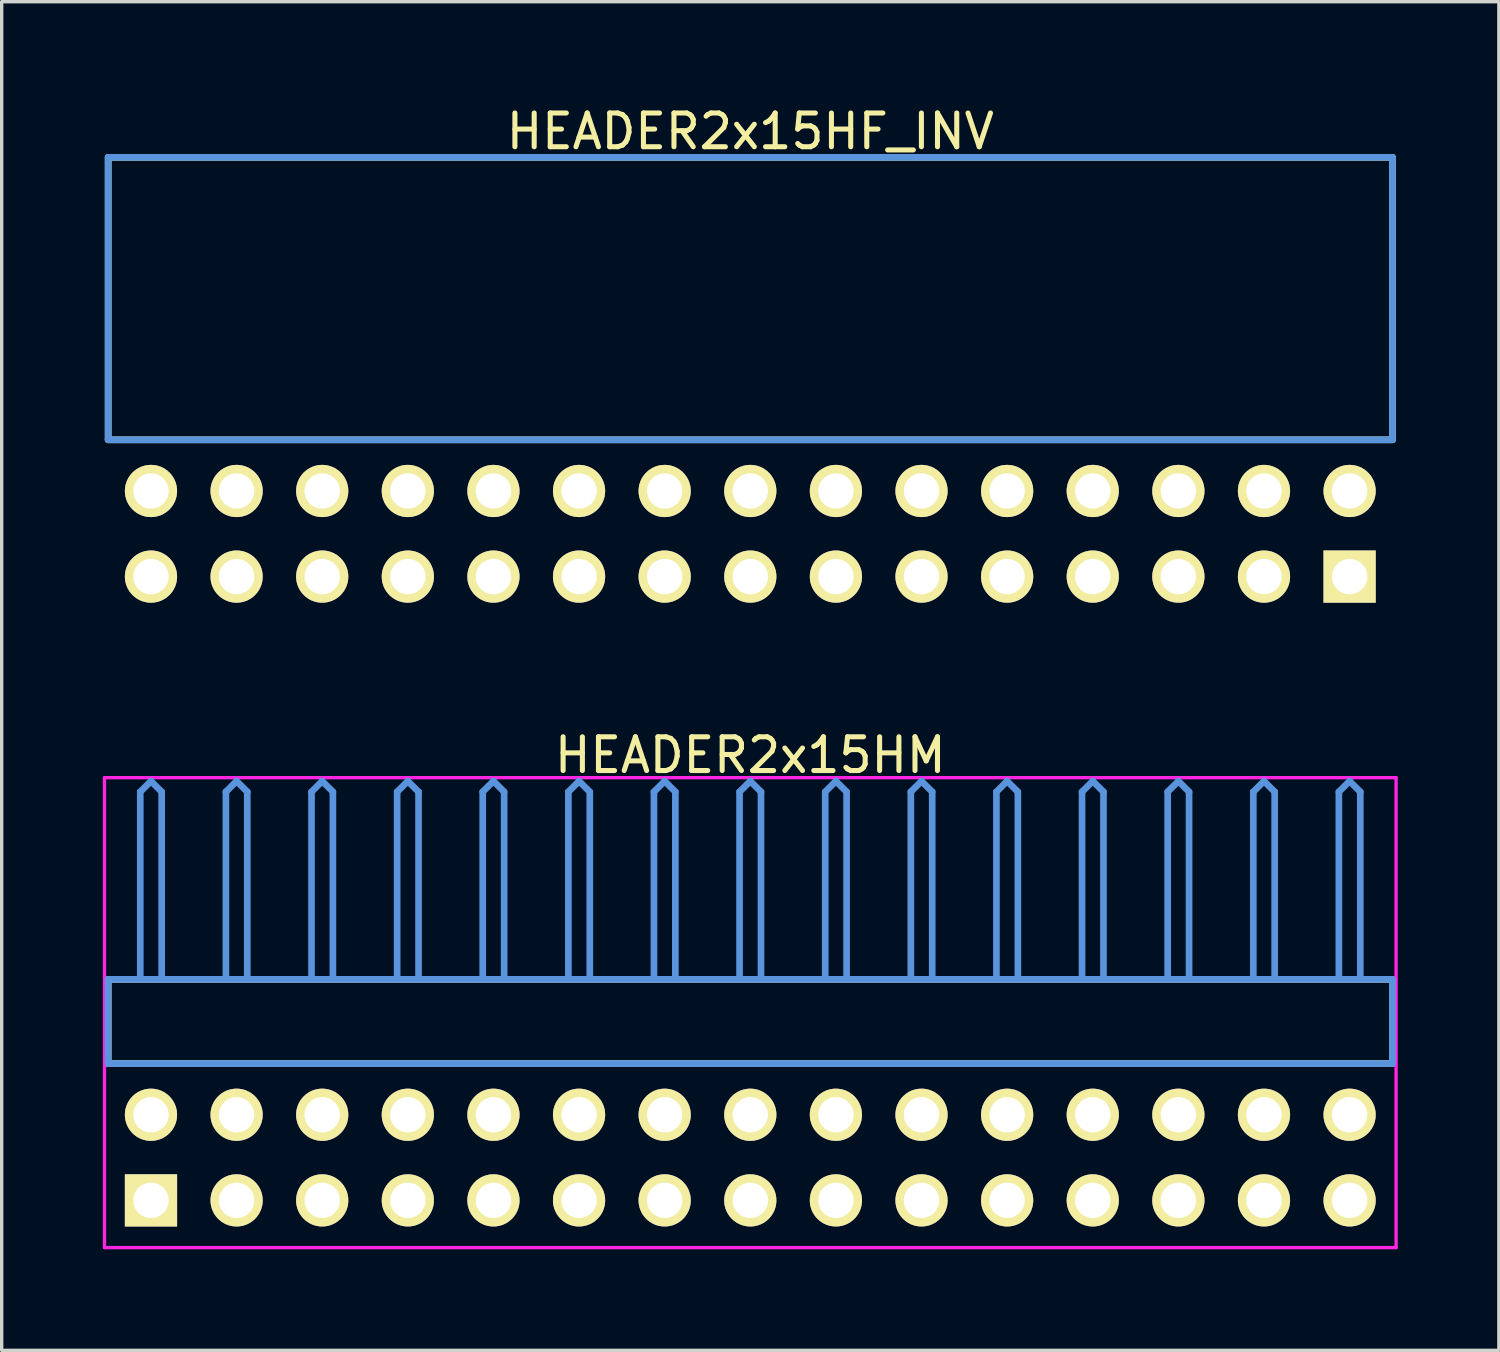
<source format=kicad_pcb>
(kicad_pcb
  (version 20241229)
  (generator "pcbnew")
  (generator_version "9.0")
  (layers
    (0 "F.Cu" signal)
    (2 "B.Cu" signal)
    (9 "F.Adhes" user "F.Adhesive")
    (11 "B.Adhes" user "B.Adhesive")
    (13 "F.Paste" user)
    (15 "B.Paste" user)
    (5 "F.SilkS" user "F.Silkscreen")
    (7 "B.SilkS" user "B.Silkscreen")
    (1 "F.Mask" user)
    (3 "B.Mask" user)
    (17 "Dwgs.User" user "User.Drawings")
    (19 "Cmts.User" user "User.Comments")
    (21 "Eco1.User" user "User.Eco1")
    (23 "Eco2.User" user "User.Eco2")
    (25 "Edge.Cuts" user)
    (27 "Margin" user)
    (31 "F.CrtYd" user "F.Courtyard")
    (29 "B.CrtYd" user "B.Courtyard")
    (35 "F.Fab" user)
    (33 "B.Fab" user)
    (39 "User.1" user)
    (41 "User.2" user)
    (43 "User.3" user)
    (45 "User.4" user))
  (footprint "HEADER2x15HF_INV"
    (layer "F.Cu")
    (at 1.429 14.056)
    (property "Reference" "HEADER2x15HF_INV" (at 17.78 -13.208 0) (layer "F.SilkS") (effects (font (size 1.001 1.001) (thickness 0.15))))
    (attr through_hole)
    (fp_line (start -1.27 -12.438) (end -1.27 -4.059) (stroke (width 0.198) (type solid)) (layer "F.SilkS"))
    (fp_line (start -1.27 -4.059) (end 36.83 -4.059) (stroke (width 0.198) (type solid)) (layer "F.SilkS"))
    (fp_line (start 36.83 -12.438) (end -1.27 -12.438) (stroke (width 0.198) (type solid)) (layer "F.SilkS"))
    (fp_line (start 36.83 -4.059) (end 36.83 -12.438) (stroke (width 0.198) (type solid)) (layer "F.SilkS"))
    (fp_line (start -1.27 -12.438) (end -1.27 -4.059) (stroke (width 0.198) (type solid)) (layer "Cmts.User"))
    (fp_line (start -1.27 -4.059) (end 36.83 -4.059) (stroke (width 0.198) (type solid)) (layer "Cmts.User"))
    (fp_line (start 36.83 -12.438) (end -1.27 -12.438) (stroke (width 0.198) (type solid)) (layer "Cmts.User"))
    (fp_line (start 36.83 -4.059) (end 36.83 -12.438) (stroke (width 0.198) (type solid)) (layer "Cmts.User"))
    (fp_line (start -1.379 -12.54) (end 36.939 -12.54) (stroke (width 0.099) (type solid)) (layer "Eco1.User"))
    (fp_line (start -1.379 1.4) (end -1.379 -12.54) (stroke (width 0.099) (type solid)) (layer "Eco1.User"))
    (fp_line (start 36.939 -12.54) (end 36.939 1.4) (stroke (width 0.099) (type solid)) (layer "Eco1.User"))
    (fp_line (start 36.939 1.4) (end -1.379 1.4) (stroke (width 0.099) (type solid)) (layer "Eco1.User"))
    (pad "1" thru_hole rect (at 35.56 0) (size 1.549 1.549) (drill 1.049) (layers "*.Cu" "*.Mask" "F.SilkS"))
    (pad "2" thru_hole circle (at 35.56 -2.54) (size 1.549 1.549) (drill 1.049) (layers "*.Cu" "*.Mask" "F.SilkS"))
    (pad "3" thru_hole circle (at 33.02 0) (size 1.549 1.549) (drill 1.049) (layers "*.Cu" "*.Mask" "F.SilkS"))
    (pad "4" thru_hole circle (at 33.02 -2.54) (size 1.549 1.549) (drill 1.049) (layers "*.Cu" "*.Mask" "F.SilkS"))
    (pad "5" thru_hole circle (at 30.48 0) (size 1.549 1.549) (drill 1.049) (layers "*.Cu" "*.Mask" "F.SilkS"))
    (pad "6" thru_hole circle (at 30.48 -2.54) (size 1.549 1.549) (drill 1.049) (layers "*.Cu" "*.Mask" "F.SilkS"))
    (pad "7" thru_hole circle (at 27.94 0) (size 1.549 1.549) (drill 1.049) (layers "*.Cu" "*.Mask" "F.SilkS"))
    (pad "8" thru_hole circle (at 27.94 -2.54) (size 1.549 1.549) (drill 1.049) (layers "*.Cu" "*.Mask" "F.SilkS"))
    (pad "9" thru_hole circle (at 25.4 0) (size 1.549 1.549) (drill 1.049) (layers "*.Cu" "*.Mask" "F.SilkS"))
    (pad "10" thru_hole circle (at 25.4 -2.54) (size 1.549 1.549) (drill 1.049) (layers "*.Cu" "*.Mask" "F.SilkS"))
    (pad "11" thru_hole circle (at 22.86 0) (size 1.549 1.549) (drill 1.049) (layers "*.Cu" "*.Mask" "F.SilkS"))
    (pad "12" thru_hole circle (at 22.86 -2.54) (size 1.549 1.549) (drill 1.049) (layers "*.Cu" "*.Mask" "F.SilkS"))
    (pad "13" thru_hole circle (at 20.32 0) (size 1.549 1.549) (drill 1.049) (layers "*.Cu" "*.Mask" "F.SilkS"))
    (pad "14" thru_hole circle (at 20.32 -2.54) (size 1.549 1.549) (drill 1.049) (layers "*.Cu" "*.Mask" "F.SilkS"))
    (pad "15" thru_hole circle (at 17.78 0) (size 1.549 1.549) (drill 1.049) (layers "*.Cu" "*.Mask" "F.SilkS"))
    (pad "16" thru_hole circle (at 17.78 -2.54) (size 1.549 1.549) (drill 1.049) (layers "*.Cu" "*.Mask" "F.SilkS"))
    (pad "17" thru_hole circle (at 15.24 0) (size 1.549 1.549) (drill 1.049) (layers "*.Cu" "*.Mask" "F.SilkS"))
    (pad "18" thru_hole circle (at 15.24 -2.54) (size 1.549 1.549) (drill 1.049) (layers "*.Cu" "*.Mask" "F.SilkS"))
    (pad "19" thru_hole circle (at 12.7 0) (size 1.549 1.549) (drill 1.049) (layers "*.Cu" "*.Mask" "F.SilkS"))
    (pad "20" thru_hole circle (at 12.7 -2.54) (size 1.549 1.549) (drill 1.049) (layers "*.Cu" "*.Mask" "F.SilkS"))
    (pad "21" thru_hole circle (at 10.16 0) (size 1.549 1.549) (drill 1.049) (layers "*.Cu" "*.Mask" "F.SilkS"))
    (pad "22" thru_hole circle (at 10.16 -2.54) (size 1.549 1.549) (drill 1.049) (layers "*.Cu" "*.Mask" "F.SilkS"))
    (pad "23" thru_hole circle (at 7.62 0) (size 1.549 1.549) (drill 1.049) (layers "*.Cu" "*.Mask" "F.SilkS"))
    (pad "24" thru_hole circle (at 7.62 -2.54) (size 1.549 1.549) (drill 1.049) (layers "*.Cu" "*.Mask" "F.SilkS"))
    (pad "25" thru_hole circle (at 5.08 0) (size 1.549 1.549) (drill 1.049) (layers "*.Cu" "*.Mask" "F.SilkS"))
    (pad "26" thru_hole circle (at 5.08 -2.54) (size 1.549 1.549) (drill 1.049) (layers "*.Cu" "*.Mask" "F.SilkS"))
    (pad "27" thru_hole circle (at 2.54 0) (size 1.549 1.549) (drill 1.049) (layers "*.Cu" "*.Mask" "F.SilkS"))
    (pad "28" thru_hole circle (at 2.54 -2.54) (size 1.549 1.549) (drill 1.049) (layers "*.Cu" "*.Mask" "F.SilkS"))
    (pad "29" thru_hole circle (at 0 0) (size 1.549 1.549) (drill 1.049) (layers "*.Cu" "*.Mask" "F.SilkS"))
    (pad "30" thru_hole circle (at 0 -2.54) (size 1.549 1.549) (drill 1.049) (layers "*.Cu" "*.Mask" "F.SilkS")))
  (footprint "HEADER2x15HM"
    (layer "F.Cu")
    (at 1.429 32.562)
    (property "Reference" "HEADER2x15HM" (at 17.78 -13.208 0) (layer "F.SilkS") (effects (font (size 1.001 1.001) (thickness 0.15))))
    (attr through_hole)
    (fp_line (start -1.27 -6.558) (end -1.27 -4.059) (stroke (width 0.198) (type solid)) (layer "F.SilkS"))
    (fp_line (start -1.27 -4.059) (end 36.83 -4.059) (stroke (width 0.198) (type solid)) (layer "F.SilkS"))
    (fp_line (start 36.83 -6.558) (end -1.27 -6.558) (stroke (width 0.198) (type solid)) (layer "F.SilkS"))
    (fp_line (start 36.83 -4.059) (end 36.83 -6.558) (stroke (width 0.198) (type solid)) (layer "F.SilkS"))
    (fp_line (start -1.27 -6.558) (end -1.27 -4.059) (stroke (width 0.198) (type solid)) (layer "Cmts.User"))
    (fp_line (start -1.27 -4.059) (end 36.83 -4.059) (stroke (width 0.198) (type solid)) (layer "Cmts.User"))
    (fp_line (start -0.318 -12.121) (end 0 -12.438) (stroke (width 0.198) (type solid)) (layer "Cmts.User"))
    (fp_line (start -0.318 -6.599) (end -0.318 -12.121) (stroke (width 0.198) (type solid)) (layer "Cmts.User"))
    (fp_line (start 0.318 -12.121) (end 0 -12.438) (stroke (width 0.198) (type solid)) (layer "Cmts.User"))
    (fp_line (start 0.318 -6.599) (end 0.318 -12.121) (stroke (width 0.198) (type solid)) (layer "Cmts.User"))
    (fp_line (start 2.223 -12.121) (end 2.54 -12.438) (stroke (width 0.198) (type solid)) (layer "Cmts.User"))
    (fp_line (start 2.223 -6.599) (end 2.223 -12.121) (stroke (width 0.198) (type solid)) (layer "Cmts.User"))
    (fp_line (start 2.857 -12.121) (end 2.54 -12.438) (stroke (width 0.198) (type solid)) (layer "Cmts.User"))
    (fp_line (start 2.857 -6.599) (end 2.857 -12.121) (stroke (width 0.198) (type solid)) (layer "Cmts.User"))
    (fp_line (start 4.763 -12.121) (end 5.08 -12.438) (stroke (width 0.198) (type solid)) (layer "Cmts.User"))
    (fp_line (start 4.763 -6.599) (end 4.763 -12.121) (stroke (width 0.198) (type solid)) (layer "Cmts.User"))
    (fp_line (start 5.397 -12.121) (end 5.08 -12.438) (stroke (width 0.198) (type solid)) (layer "Cmts.User"))
    (fp_line (start 5.397 -6.599) (end 5.397 -12.121) (stroke (width 0.198) (type solid)) (layer "Cmts.User"))
    (fp_line (start 7.303 -12.121) (end 7.62 -12.438) (stroke (width 0.198) (type solid)) (layer "Cmts.User"))
    (fp_line (start 7.303 -6.599) (end 7.303 -12.121) (stroke (width 0.198) (type solid)) (layer "Cmts.User"))
    (fp_line (start 7.938 -12.121) (end 7.62 -12.438) (stroke (width 0.198) (type solid)) (layer "Cmts.User"))
    (fp_line (start 7.938 -6.599) (end 7.938 -12.121) (stroke (width 0.198) (type solid)) (layer "Cmts.User"))
    (fp_line (start 9.842 -12.121) (end 10.16 -12.438) (stroke (width 0.198) (type solid)) (layer "Cmts.User"))
    (fp_line (start 9.842 -6.599) (end 9.842 -12.121) (stroke (width 0.198) (type solid)) (layer "Cmts.User"))
    (fp_line (start 10.477 -12.121) (end 10.16 -12.438) (stroke (width 0.198) (type solid)) (layer "Cmts.User"))
    (fp_line (start 10.477 -6.599) (end 10.477 -12.121) (stroke (width 0.198) (type solid)) (layer "Cmts.User"))
    (fp_line (start 12.383 -12.121) (end 12.7 -12.438) (stroke (width 0.198) (type solid)) (layer "Cmts.User"))
    (fp_line (start 12.383 -6.599) (end 12.383 -12.121) (stroke (width 0.198) (type solid)) (layer "Cmts.User"))
    (fp_line (start 13.018 -12.121) (end 12.7 -12.438) (stroke (width 0.198) (type solid)) (layer "Cmts.User"))
    (fp_line (start 13.018 -6.599) (end 13.018 -12.121) (stroke (width 0.198) (type solid)) (layer "Cmts.User"))
    (fp_line (start 14.922 -12.121) (end 15.24 -12.438) (stroke (width 0.198) (type solid)) (layer "Cmts.User"))
    (fp_line (start 14.922 -6.599) (end 14.922 -12.121) (stroke (width 0.198) (type solid)) (layer "Cmts.User"))
    (fp_line (start 15.557 -12.121) (end 15.24 -12.438) (stroke (width 0.198) (type solid)) (layer "Cmts.User"))
    (fp_line (start 15.557 -6.599) (end 15.557 -12.121) (stroke (width 0.198) (type solid)) (layer "Cmts.User"))
    (fp_line (start 17.462 -12.121) (end 17.78 -12.438) (stroke (width 0.198) (type solid)) (layer "Cmts.User"))
    (fp_line (start 17.462 -6.599) (end 17.462 -12.121) (stroke (width 0.198) (type solid)) (layer "Cmts.User"))
    (fp_line (start 18.098 -12.121) (end 17.78 -12.438) (stroke (width 0.198) (type solid)) (layer "Cmts.User"))
    (fp_line (start 18.098 -6.599) (end 18.098 -12.121) (stroke (width 0.198) (type solid)) (layer "Cmts.User"))
    (fp_line (start 20.003 -12.121) (end 20.32 -12.438) (stroke (width 0.198) (type solid)) (layer "Cmts.User"))
    (fp_line (start 20.003 -6.599) (end 20.003 -12.121) (stroke (width 0.198) (type solid)) (layer "Cmts.User"))
    (fp_line (start 20.637 -12.121) (end 20.32 -12.438) (stroke (width 0.198) (type solid)) (layer "Cmts.User"))
    (fp_line (start 20.637 -6.599) (end 20.637 -12.121) (stroke (width 0.198) (type solid)) (layer "Cmts.User"))
    (fp_line (start 22.543 -12.121) (end 22.86 -12.438) (stroke (width 0.198) (type solid)) (layer "Cmts.User"))
    (fp_line (start 22.543 -6.599) (end 22.543 -12.121) (stroke (width 0.198) (type solid)) (layer "Cmts.User"))
    (fp_line (start 23.177 -12.121) (end 22.86 -12.438) (stroke (width 0.198) (type solid)) (layer "Cmts.User"))
    (fp_line (start 23.177 -6.599) (end 23.177 -12.121) (stroke (width 0.198) (type solid)) (layer "Cmts.User"))
    (fp_line (start 25.082 -12.121) (end 25.4 -12.438) (stroke (width 0.198) (type solid)) (layer "Cmts.User"))
    (fp_line (start 25.082 -6.599) (end 25.082 -12.121) (stroke (width 0.198) (type solid)) (layer "Cmts.User"))
    (fp_line (start 25.718 -12.121) (end 25.4 -12.438) (stroke (width 0.198) (type solid)) (layer "Cmts.User"))
    (fp_line (start 25.718 -6.599) (end 25.718 -12.121) (stroke (width 0.198) (type solid)) (layer "Cmts.User"))
    (fp_line (start 27.622 -12.121) (end 27.94 -12.438) (stroke (width 0.198) (type solid)) (layer "Cmts.User"))
    (fp_line (start 27.622 -6.599) (end 27.622 -12.121) (stroke (width 0.198) (type solid)) (layer "Cmts.User"))
    (fp_line (start 28.258 -12.121) (end 27.94 -12.438) (stroke (width 0.198) (type solid)) (layer "Cmts.User"))
    (fp_line (start 28.258 -6.599) (end 28.258 -12.121) (stroke (width 0.198) (type solid)) (layer "Cmts.User"))
    (fp_line (start 30.163 -12.121) (end 30.48 -12.438) (stroke (width 0.198) (type solid)) (layer "Cmts.User"))
    (fp_line (start 30.163 -6.599) (end 30.163 -12.121) (stroke (width 0.198) (type solid)) (layer "Cmts.User"))
    (fp_line (start 30.797 -12.121) (end 30.48 -12.438) (stroke (width 0.198) (type solid)) (layer "Cmts.User"))
    (fp_line (start 30.797 -6.599) (end 30.797 -12.121) (stroke (width 0.198) (type solid)) (layer "Cmts.User"))
    (fp_line (start 32.703 -12.121) (end 33.02 -12.438) (stroke (width 0.198) (type solid)) (layer "Cmts.User"))
    (fp_line (start 32.703 -6.599) (end 32.703 -12.121) (stroke (width 0.198) (type solid)) (layer "Cmts.User"))
    (fp_line (start 33.337 -12.121) (end 33.02 -12.438) (stroke (width 0.198) (type solid)) (layer "Cmts.User"))
    (fp_line (start 33.337 -6.599) (end 33.337 -12.121) (stroke (width 0.198) (type solid)) (layer "Cmts.User"))
    (fp_line (start 35.242 -12.121) (end 35.56 -12.438) (stroke (width 0.198) (type solid)) (layer "Cmts.User"))
    (fp_line (start 35.242 -6.599) (end 35.242 -12.121) (stroke (width 0.198) (type solid)) (layer "Cmts.User"))
    (fp_line (start 35.877 -12.121) (end 35.56 -12.438) (stroke (width 0.198) (type solid)) (layer "Cmts.User"))
    (fp_line (start 35.877 -6.599) (end 35.877 -12.121) (stroke (width 0.198) (type solid)) (layer "Cmts.User"))
    (fp_line (start 36.83 -6.558) (end -1.27 -6.558) (stroke (width 0.198) (type solid)) (layer "Cmts.User"))
    (fp_line (start 36.83 -4.059) (end 36.83 -6.558) (stroke (width 0.198) (type solid)) (layer "Cmts.User"))
    (fp_line (start -1.379 -12.54) (end 36.939 -12.54) (stroke (width 0.099) (type solid)) (layer "F.CrtYd"))
    (fp_line (start -1.379 1.4) (end -1.379 -12.54) (stroke (width 0.099) (type solid)) (layer "F.CrtYd"))
    (fp_line (start 36.939 -12.54) (end 36.939 1.4) (stroke (width 0.099) (type solid)) (layer "F.CrtYd"))
    (fp_line (start 36.939 1.4) (end -1.379 1.4) (stroke (width 0.099) (type solid)) (layer "F.CrtYd"))
    (pad "1" thru_hole rect (at 0 0) (size 1.549 1.549) (drill 1.049) (layers "*.Cu" "*.Mask" "F.SilkS"))
    (pad "2" thru_hole circle (at 0 -2.54) (size 1.549 1.549) (drill 1.049) (layers "*.Cu" "*.Mask" "F.SilkS"))
    (pad "3" thru_hole circle (at 2.54 0) (size 1.549 1.549) (drill 1.049) (layers "*.Cu" "*.Mask" "F.SilkS"))
    (pad "4" thru_hole circle (at 2.54 -2.54) (size 1.549 1.549) (drill 1.049) (layers "*.Cu" "*.Mask" "F.SilkS"))
    (pad "5" thru_hole circle (at 5.08 0) (size 1.549 1.549) (drill 1.049) (layers "*.Cu" "*.Mask" "F.SilkS"))
    (pad "6" thru_hole circle (at 5.08 -2.54) (size 1.549 1.549) (drill 1.049) (layers "*.Cu" "*.Mask" "F.SilkS"))
    (pad "7" thru_hole circle (at 7.62 0) (size 1.549 1.549) (drill 1.049) (layers "*.Cu" "*.Mask" "F.SilkS"))
    (pad "8" thru_hole circle (at 7.62 -2.54) (size 1.549 1.549) (drill 1.049) (layers "*.Cu" "*.Mask" "F.SilkS"))
    (pad "9" thru_hole circle (at 10.16 0) (size 1.549 1.549) (drill 1.049) (layers "*.Cu" "*.Mask" "F.SilkS"))
    (pad "10" thru_hole circle (at 10.16 -2.54) (size 1.549 1.549) (drill 1.049) (layers "*.Cu" "*.Mask" "F.SilkS"))
    (pad "11" thru_hole circle (at 12.7 0) (size 1.549 1.549) (drill 1.049) (layers "*.Cu" "*.Mask" "F.SilkS"))
    (pad "12" thru_hole circle (at 12.7 -2.54) (size 1.549 1.549) (drill 1.049) (layers "*.Cu" "*.Mask" "F.SilkS"))
    (pad "13" thru_hole circle (at 15.24 0) (size 1.549 1.549) (drill 1.049) (layers "*.Cu" "*.Mask" "F.SilkS"))
    (pad "14" thru_hole circle (at 15.24 -2.54) (size 1.549 1.549) (drill 1.049) (layers "*.Cu" "*.Mask" "F.SilkS"))
    (pad "15" thru_hole circle (at 17.78 0) (size 1.549 1.549) (drill 1.049) (layers "*.Cu" "*.Mask" "F.SilkS"))
    (pad "16" thru_hole circle (at 17.78 -2.54) (size 1.549 1.549) (drill 1.049) (layers "*.Cu" "*.Mask" "F.SilkS"))
    (pad "17" thru_hole circle (at 20.32 0) (size 1.549 1.549) (drill 1.049) (layers "*.Cu" "*.Mask" "F.SilkS"))
    (pad "18" thru_hole circle (at 20.32 -2.54) (size 1.549 1.549) (drill 1.049) (layers "*.Cu" "*.Mask" "F.SilkS"))
    (pad "19" thru_hole circle (at 22.86 0) (size 1.549 1.549) (drill 1.049) (layers "*.Cu" "*.Mask" "F.SilkS"))
    (pad "20" thru_hole circle (at 22.86 -2.54) (size 1.549 1.549) (drill 1.049) (layers "*.Cu" "*.Mask" "F.SilkS"))
    (pad "21" thru_hole circle (at 25.4 0) (size 1.549 1.549) (drill 1.049) (layers "*.Cu" "*.Mask" "F.SilkS"))
    (pad "22" thru_hole circle (at 25.4 -2.54) (size 1.549 1.549) (drill 1.049) (layers "*.Cu" "*.Mask" "F.SilkS"))
    (pad "23" thru_hole circle (at 27.94 0) (size 1.549 1.549) (drill 1.049) (layers "*.Cu" "*.Mask" "F.SilkS"))
    (pad "24" thru_hole circle (at 27.94 -2.54) (size 1.549 1.549) (drill 1.049) (layers "*.Cu" "*.Mask" "F.SilkS"))
    (pad "25" thru_hole circle (at 30.48 0) (size 1.549 1.549) (drill 1.049) (layers "*.Cu" "*.Mask" "F.SilkS"))
    (pad "26" thru_hole circle (at 30.48 -2.54) (size 1.549 1.549) (drill 1.049) (layers "*.Cu" "*.Mask" "F.SilkS"))
    (pad "27" thru_hole circle (at 33.02 0) (size 1.549 1.549) (drill 1.049) (layers "*.Cu" "*.Mask" "F.SilkS"))
    (pad "28" thru_hole circle (at 33.02 -2.54) (size 1.549 1.549) (drill 1.049) (layers "*.Cu" "*.Mask" "F.SilkS"))
    (pad "29" thru_hole circle (at 35.56 0) (size 1.549 1.549) (drill 1.049) (layers "*.Cu" "*.Mask" "F.SilkS"))
    (pad "30" thru_hole circle (at 35.56 -2.54) (size 1.549 1.549) (drill 1.049) (layers "*.Cu" "*.Mask" "F.SilkS")))
  (gr_rect
    (start -3 -3)
    (end 41.417 37.011)
    (stroke (width 0.1) (type default))
    (fill no)
    (layer "Edge.Cuts")))
</source>
